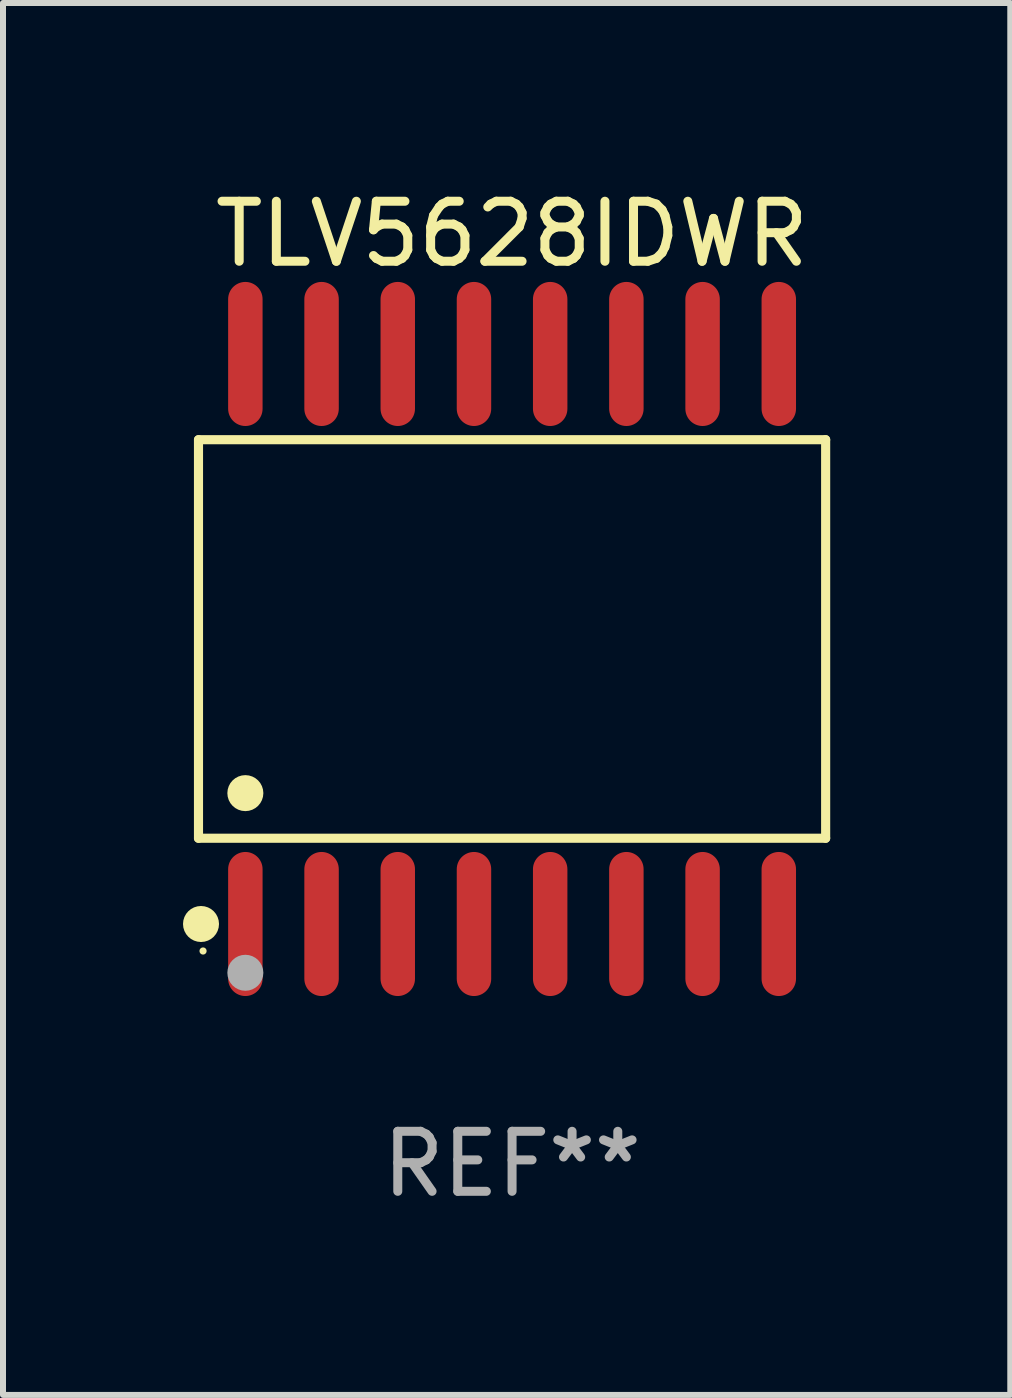
<source format=kicad_pcb>
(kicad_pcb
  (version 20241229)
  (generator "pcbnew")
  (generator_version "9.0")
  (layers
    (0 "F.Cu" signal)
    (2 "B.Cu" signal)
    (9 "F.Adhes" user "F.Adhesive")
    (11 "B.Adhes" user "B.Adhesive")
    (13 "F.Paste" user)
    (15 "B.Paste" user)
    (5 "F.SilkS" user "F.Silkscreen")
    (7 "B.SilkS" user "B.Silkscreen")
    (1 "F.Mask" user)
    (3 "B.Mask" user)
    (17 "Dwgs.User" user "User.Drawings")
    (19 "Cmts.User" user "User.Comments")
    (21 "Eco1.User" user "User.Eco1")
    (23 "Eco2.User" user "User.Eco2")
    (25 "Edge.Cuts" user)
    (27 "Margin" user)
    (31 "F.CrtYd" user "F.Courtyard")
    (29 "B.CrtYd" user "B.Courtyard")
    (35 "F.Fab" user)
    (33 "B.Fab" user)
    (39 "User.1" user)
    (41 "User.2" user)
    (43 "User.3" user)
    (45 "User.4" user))
  (footprint "TLV5628IDWR"
    (layer "F.Cu")
    (at 5.484 7.599)
    (property "Reference" "TLV5628IDWR" (at 0 -6.75 0) (layer "F.SilkS") (effects (font (size 1 1) (thickness 0.15))))
    (attr through_hole)
    (fp_line (start -5.226 -3.321) (end 5.226 -3.321) (stroke (width 0.152) (type solid)) (layer "F.SilkS"))
    (fp_line (start -5.226 3.321) (end -5.226 -3.321) (stroke (width 0.152) (type solid)) (layer "F.SilkS"))
    (fp_line (start 5.226 -3.321) (end 5.226 3.321) (stroke (width 0.152) (type solid)) (layer "F.SilkS"))
    (fp_line (start 5.226 3.321) (end -5.226 3.321) (stroke (width 0.152) (type solid)) (layer "F.SilkS"))
    (fp_circle (center -5.184 4.75) (end -5.034 4.75) (stroke (width 0.3) (type solid)) (fill no) (layer "F.SilkS"))
    (fp_circle (center -5.15 5.2) (end -5.12 5.2) (stroke (width 0.06) (type solid)) (fill no) (layer "F.SilkS"))
    (fp_circle (center -4.445 2.569) (end -4.295 2.569) (stroke (width 0.3) (type solid)) (fill no) (layer "F.SilkS"))
    (fp_circle (center -4.445 5.563) (end -4.295 5.563) (stroke (width 0.3) (type solid)) (fill no) (layer "F.Fab"))
    (fp_text user "REF**" (at 0 8.75 0) (layer "F.Fab") (effects (font (size 1 1) (thickness 0.15))))
    (pad "1" smd oval (at -4.445 4.75) (size 0.574 2.401) (layers "F.Cu" "F.Mask" "F.Paste"))
    (pad "2" smd oval (at -3.175 4.75) (size 0.574 2.401) (layers "F.Cu" "F.Mask" "F.Paste"))
    (pad "3" smd oval (at -1.905 4.75) (size 0.574 2.401) (layers "F.Cu" "F.Mask" "F.Paste"))
    (pad "4" smd oval (at -0.635 4.75) (size 0.574 2.401) (layers "F.Cu" "F.Mask" "F.Paste"))
    (pad "5" smd oval (at 0.635 4.75) (size 0.574 2.401) (layers "F.Cu" "F.Mask" "F.Paste"))
    (pad "6" smd oval (at 1.905 4.75) (size 0.574 2.401) (layers "F.Cu" "F.Mask" "F.Paste"))
    (pad "7" smd oval (at 3.175 4.75) (size 0.574 2.401) (layers "F.Cu" "F.Mask" "F.Paste"))
    (pad "8" smd oval (at 4.445 4.75) (size 0.574 2.401) (layers "F.Cu" "F.Mask" "F.Paste"))
    (pad "9" smd oval (at 4.445 -4.75) (size 0.574 2.401) (layers "F.Cu" "F.Mask" "F.Paste"))
    (pad "10" smd oval (at 3.175 -4.75) (size 0.574 2.401) (layers "F.Cu" "F.Mask" "F.Paste"))
    (pad "11" smd oval (at 1.905 -4.75) (size 0.574 2.401) (layers "F.Cu" "F.Mask" "F.Paste"))
    (pad "12" smd oval (at 0.635 -4.75) (size 0.574 2.401) (layers "F.Cu" "F.Mask" "F.Paste"))
    (pad "13" smd oval (at -0.635 -4.75) (size 0.574 2.401) (layers "F.Cu" "F.Mask" "F.Paste"))
    (pad "14" smd oval (at -1.905 -4.75) (size 0.574 2.401) (layers "F.Cu" "F.Mask" "F.Paste"))
    (pad "15" smd oval (at -3.175 -4.75) (size 0.574 2.401) (layers "F.Cu" "F.Mask" "F.Paste"))
    (pad "16" smd oval (at -4.445 -4.75) (size 0.574 2.401) (layers "F.Cu" "F.Mask" "F.Paste")))
  (gr_rect
    (start -3 -3)
    (end 13.787 20.197)
    (stroke (width 0.1) (type default))
    (fill no)
    (layer "Edge.Cuts")))
</source>
